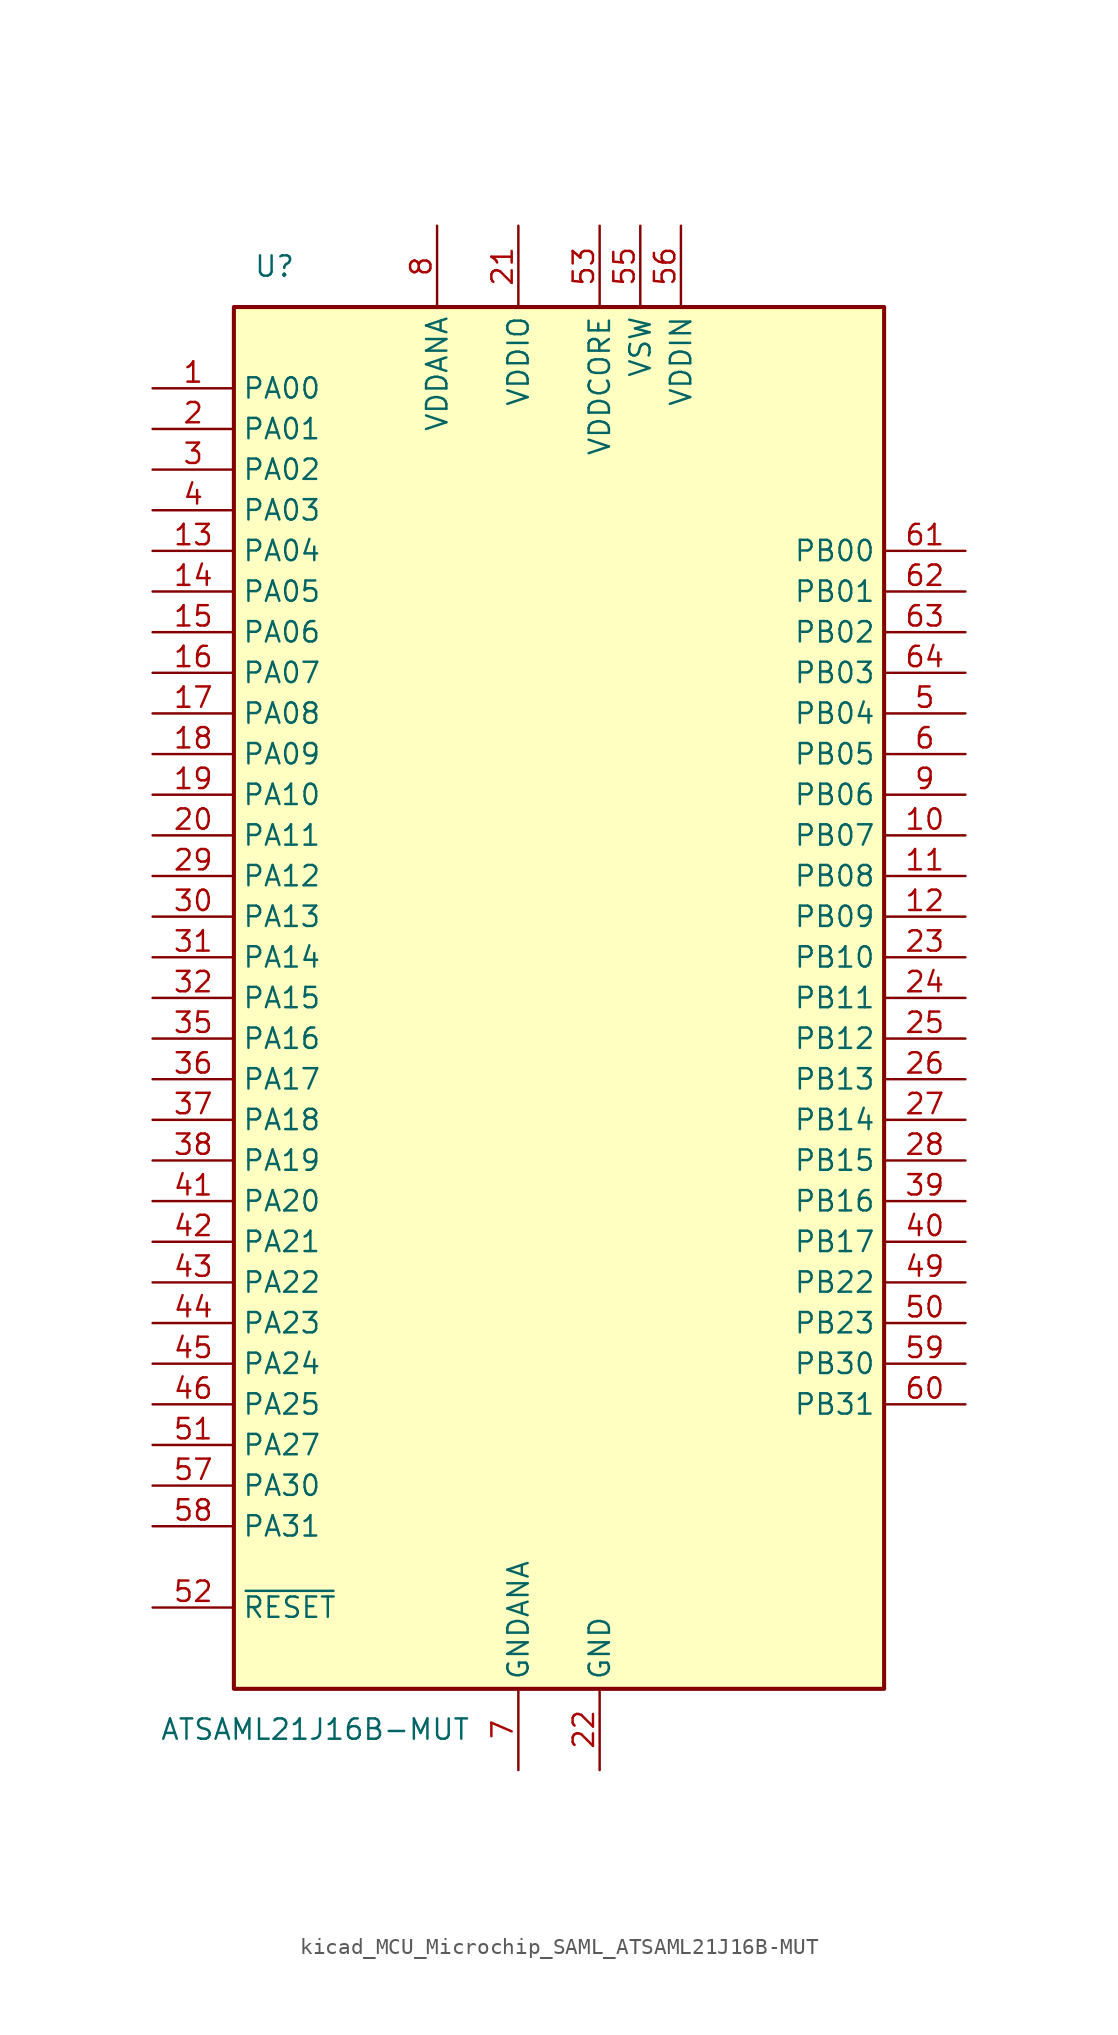
<source format=kicad_sym>
(kicad_symbol_lib
  (version 20220914)
  (generator kicad_symbol_editor)
  (symbol "kicad_MCU_Microchip_SAML_ATSAML21J16B-MUT"
    (property "Reference" "U"
      (at -17.78 45.72 0)
      (effects (font (size 1.27 1.27))))
    (property "Value" "ATSAML21J16B-MUT"
      (at -15.24 -45.72 0)
      (effects (font (size 1.27 1.27))))
    (symbol "kicad_MCU_Microchip_SAML_ATSAML21J16B-MUT_0_1"
      (rectangle (start -20.32 43.18) (end 20.32 -43.18) (stroke (width 0.254) (type default)) (fill (type background))))
    (symbol "kicad_MCU_Microchip_SAML_ATSAML21J16B-MUT_1_1"
      (pin bidirectional line (at -25.4 38.1 0) (length 5.08) (name "PA00" (effects (font (size 1.27 1.27)))) (number "1" (effects (font (size 1.27 1.27)))))
      (pin bidirectional line (at 25.4 10.16 180) (length 5.08) (name "PB07" (effects (font (size 1.27 1.27)))) (number "10" (effects (font (size 1.27 1.27)))))
      (pin bidirectional line (at 25.4 7.62 180) (length 5.08) (name "PB08" (effects (font (size 1.27 1.27)))) (number "11" (effects (font (size 1.27 1.27)))))
      (pin bidirectional line (at 25.4 5.08 180) (length 5.08) (name "PB09" (effects (font (size 1.27 1.27)))) (number "12" (effects (font (size 1.27 1.27)))))
      (pin bidirectional line (at -25.4 27.94 0) (length 5.08) (name "PA04" (effects (font (size 1.27 1.27)))) (number "13" (effects (font (size 1.27 1.27)))))
      (pin bidirectional line (at -25.4 25.4 0) (length 5.08) (name "PA05" (effects (font (size 1.27 1.27)))) (number "14" (effects (font (size 1.27 1.27)))))
      (pin bidirectional line (at -25.4 22.86 0) (length 5.08) (name "PA06" (effects (font (size 1.27 1.27)))) (number "15" (effects (font (size 1.27 1.27)))))
      (pin bidirectional line (at -25.4 20.32 0) (length 5.08) (name "PA07" (effects (font (size 1.27 1.27)))) (number "16" (effects (font (size 1.27 1.27)))))
      (pin bidirectional line (at -25.4 17.78 0) (length 5.08) (name "PA08" (effects (font (size 1.27 1.27)))) (number "17" (effects (font (size 1.27 1.27)))))
      (pin bidirectional line (at -25.4 15.24 0) (length 5.08) (name "PA09" (effects (font (size 1.27 1.27)))) (number "18" (effects (font (size 1.27 1.27)))))
      (pin bidirectional line (at -25.4 12.7 0) (length 5.08) (name "PA10" (effects (font (size 1.27 1.27)))) (number "19" (effects (font (size 1.27 1.27)))))
      (pin bidirectional line (at -25.4 35.56 0) (length 5.08) (name "PA01" (effects (font (size 1.27 1.27)))) (number "2" (effects (font (size 1.27 1.27)))))
      (pin bidirectional line (at -25.4 10.16 0) (length 5.08) (name "PA11" (effects (font (size 1.27 1.27)))) (number "20" (effects (font (size 1.27 1.27)))))
      (pin power_in line (at -2.54 48.26 270) (length 5.08) (name "VDDIO" (effects (font (size 1.27 1.27)))) (number "21" (effects (font (size 1.27 1.27)))))
      (pin power_in line (at 2.54 -48.26 90) (length 5.08) (name "GND" (effects (font (size 1.27 1.27)))) (number "22" (effects (font (size 1.27 1.27)))))
      (pin bidirectional line (at 25.4 2.54 180) (length 5.08) (name "PB10" (effects (font (size 1.27 1.27)))) (number "23" (effects (font (size 1.27 1.27)))))
      (pin bidirectional line (at 25.4 0 180) (length 5.08) (name "PB11" (effects (font (size 1.27 1.27)))) (number "24" (effects (font (size 1.27 1.27)))))
      (pin bidirectional line (at 25.4 -2.54 180) (length 5.08) (name "PB12" (effects (font (size 1.27 1.27)))) (number "25" (effects (font (size 1.27 1.27)))))
      (pin bidirectional line (at 25.4 -5.08 180) (length 5.08) (name "PB13" (effects (font (size 1.27 1.27)))) (number "26" (effects (font (size 1.27 1.27)))))
      (pin bidirectional line (at 25.4 -7.62 180) (length 5.08) (name "PB14" (effects (font (size 1.27 1.27)))) (number "27" (effects (font (size 1.27 1.27)))))
      (pin bidirectional line (at 25.4 -10.16 180) (length 5.08) (name "PB15" (effects (font (size 1.27 1.27)))) (number "28" (effects (font (size 1.27 1.27)))))
      (pin bidirectional line (at -25.4 7.62 0) (length 5.08) (name "PA12" (effects (font (size 1.27 1.27)))) (number "29" (effects (font (size 1.27 1.27)))))
      (pin bidirectional line (at -25.4 33.02 0) (length 5.08) (name "PA02" (effects (font (size 1.27 1.27)))) (number "3" (effects (font (size 1.27 1.27)))))
      (pin bidirectional line (at -25.4 5.08 0) (length 5.08) (name "PA13" (effects (font (size 1.27 1.27)))) (number "30" (effects (font (size 1.27 1.27)))))
      (pin bidirectional line (at -25.4 2.54 0) (length 5.08) (name "PA14" (effects (font (size 1.27 1.27)))) (number "31" (effects (font (size 1.27 1.27)))))
      (pin bidirectional line (at -25.4 0 0) (length 5.08) (name "PA15" (effects (font (size 1.27 1.27)))) (number "32" (effects (font (size 1.27 1.27)))))
      (pin passive line (at 2.54 -48.26 90) (length 5.08) hide (name "GND" (effects (font (size 1.27 1.27)))) (number "33" (effects (font (size 1.27 1.27)))))
      (pin passive line (at -2.54 48.26 270) (length 5.08) hide (name "VDDIO" (effects (font (size 1.27 1.27)))) (number "34" (effects (font (size 1.27 1.27)))))
      (pin bidirectional line (at -25.4 -2.54 0) (length 5.08) (name "PA16" (effects (font (size 1.27 1.27)))) (number "35" (effects (font (size 1.27 1.27)))))
      (pin bidirectional line (at -25.4 -5.08 0) (length 5.08) (name "PA17" (effects (font (size 1.27 1.27)))) (number "36" (effects (font (size 1.27 1.27)))))
      (pin bidirectional line (at -25.4 -7.62 0) (length 5.08) (name "PA18" (effects (font (size 1.27 1.27)))) (number "37" (effects (font (size 1.27 1.27)))))
      (pin bidirectional line (at -25.4 -10.16 0) (length 5.08) (name "PA19" (effects (font (size 1.27 1.27)))) (number "38" (effects (font (size 1.27 1.27)))))
      (pin bidirectional line (at 25.4 -12.7 180) (length 5.08) (name "PB16" (effects (font (size 1.27 1.27)))) (number "39" (effects (font (size 1.27 1.27)))))
      (pin bidirectional line (at -25.4 30.48 0) (length 5.08) (name "PA03" (effects (font (size 1.27 1.27)))) (number "4" (effects (font (size 1.27 1.27)))))
      (pin bidirectional line (at 25.4 -15.24 180) (length 5.08) (name "PB17" (effects (font (size 1.27 1.27)))) (number "40" (effects (font (size 1.27 1.27)))))
      (pin bidirectional line (at -25.4 -12.7 0) (length 5.08) (name "PA20" (effects (font (size 1.27 1.27)))) (number "41" (effects (font (size 1.27 1.27)))))
      (pin bidirectional line (at -25.4 -15.24 0) (length 5.08) (name "PA21" (effects (font (size 1.27 1.27)))) (number "42" (effects (font (size 1.27 1.27)))))
      (pin bidirectional line (at -25.4 -17.78 0) (length 5.08) (name "PA22" (effects (font (size 1.27 1.27)))) (number "43" (effects (font (size 1.27 1.27)))))
      (pin bidirectional line (at -25.4 -20.32 0) (length 5.08) (name "PA23" (effects (font (size 1.27 1.27)))) (number "44" (effects (font (size 1.27 1.27)))))
      (pin bidirectional line (at -25.4 -22.86 0) (length 5.08) (name "PA24" (effects (font (size 1.27 1.27)))) (number "45" (effects (font (size 1.27 1.27)))))
      (pin bidirectional line (at -25.4 -25.4 0) (length 5.08) (name "PA25" (effects (font (size 1.27 1.27)))) (number "46" (effects (font (size 1.27 1.27)))))
      (pin passive line (at 2.54 -48.26 90) (length 5.08) hide (name "GND" (effects (font (size 1.27 1.27)))) (number "47" (effects (font (size 1.27 1.27)))))
      (pin passive line (at -2.54 48.26 270) (length 5.08) hide (name "VDDIO" (effects (font (size 1.27 1.27)))) (number "48" (effects (font (size 1.27 1.27)))))
      (pin bidirectional line (at 25.4 -17.78 180) (length 5.08) (name "PB22" (effects (font (size 1.27 1.27)))) (number "49" (effects (font (size 1.27 1.27)))))
      (pin bidirectional line (at 25.4 17.78 180) (length 5.08) (name "PB04" (effects (font (size 1.27 1.27)))) (number "5" (effects (font (size 1.27 1.27)))))
      (pin bidirectional line (at 25.4 -20.32 180) (length 5.08) (name "PB23" (effects (font (size 1.27 1.27)))) (number "50" (effects (font (size 1.27 1.27)))))
      (pin bidirectional line (at -25.4 -27.94 0) (length 5.08) (name "PA27" (effects (font (size 1.27 1.27)))) (number "51" (effects (font (size 1.27 1.27)))))
      (pin input line (at -25.4 -38.1 0) (length 5.08) (name "~{RESET}" (effects (font (size 1.27 1.27)))) (number "52" (effects (font (size 1.27 1.27)))))
      (pin power_in line (at 2.54 48.26 270) (length 5.08) (name "VDDCORE" (effects (font (size 1.27 1.27)))) (number "53" (effects (font (size 1.27 1.27)))))
      (pin passive line (at 2.54 -48.26 90) (length 5.08) hide (name "GND" (effects (font (size 1.27 1.27)))) (number "54" (effects (font (size 1.27 1.27)))))
      (pin power_out line (at 5.08 48.26 270) (length 5.08) (name "VSW" (effects (font (size 1.27 1.27)))) (number "55" (effects (font (size 1.27 1.27)))))
      (pin power_in line (at 7.62 48.26 270) (length 5.08) (name "VDDIN" (effects (font (size 1.27 1.27)))) (number "56" (effects (font (size 1.27 1.27)))))
      (pin bidirectional line (at -25.4 -30.48 0) (length 5.08) (name "PA30" (effects (font (size 1.27 1.27)))) (number "57" (effects (font (size 1.27 1.27)))))
      (pin bidirectional line (at -25.4 -33.02 0) (length 5.08) (name "PA31" (effects (font (size 1.27 1.27)))) (number "58" (effects (font (size 1.27 1.27)))))
      (pin bidirectional line (at 25.4 -22.86 180) (length 5.08) (name "PB30" (effects (font (size 1.27 1.27)))) (number "59" (effects (font (size 1.27 1.27)))))
      (pin bidirectional line (at 25.4 15.24 180) (length 5.08) (name "PB05" (effects (font (size 1.27 1.27)))) (number "6" (effects (font (size 1.27 1.27)))))
      (pin bidirectional line (at 25.4 -25.4 180) (length 5.08) (name "PB31" (effects (font (size 1.27 1.27)))) (number "60" (effects (font (size 1.27 1.27)))))
      (pin bidirectional line (at 25.4 27.94 180) (length 5.08) (name "PB00" (effects (font (size 1.27 1.27)))) (number "61" (effects (font (size 1.27 1.27)))))
      (pin bidirectional line (at 25.4 25.4 180) (length 5.08) (name "PB01" (effects (font (size 1.27 1.27)))) (number "62" (effects (font (size 1.27 1.27)))))
      (pin bidirectional line (at 25.4 22.86 180) (length 5.08) (name "PB02" (effects (font (size 1.27 1.27)))) (number "63" (effects (font (size 1.27 1.27)))))
      (pin bidirectional line (at 25.4 20.32 180) (length 5.08) (name "PB03" (effects (font (size 1.27 1.27)))) (number "64" (effects (font (size 1.27 1.27)))))
      (pin power_in line (at -2.54 -48.26 90) (length 5.08) (name "GNDANA" (effects (font (size 1.27 1.27)))) (number "7" (effects (font (size 1.27 1.27)))))
      (pin power_in line (at -7.62 48.26 270) (length 5.08) (name "VDDANA" (effects (font (size 1.27 1.27)))) (number "8" (effects (font (size 1.27 1.27)))))
      (pin bidirectional line (at 25.4 12.7 180) (length 5.08) (name "PB06" (effects (font (size 1.27 1.27)))) (number "9" (effects (font (size 1.27 1.27))))))))
</source>
